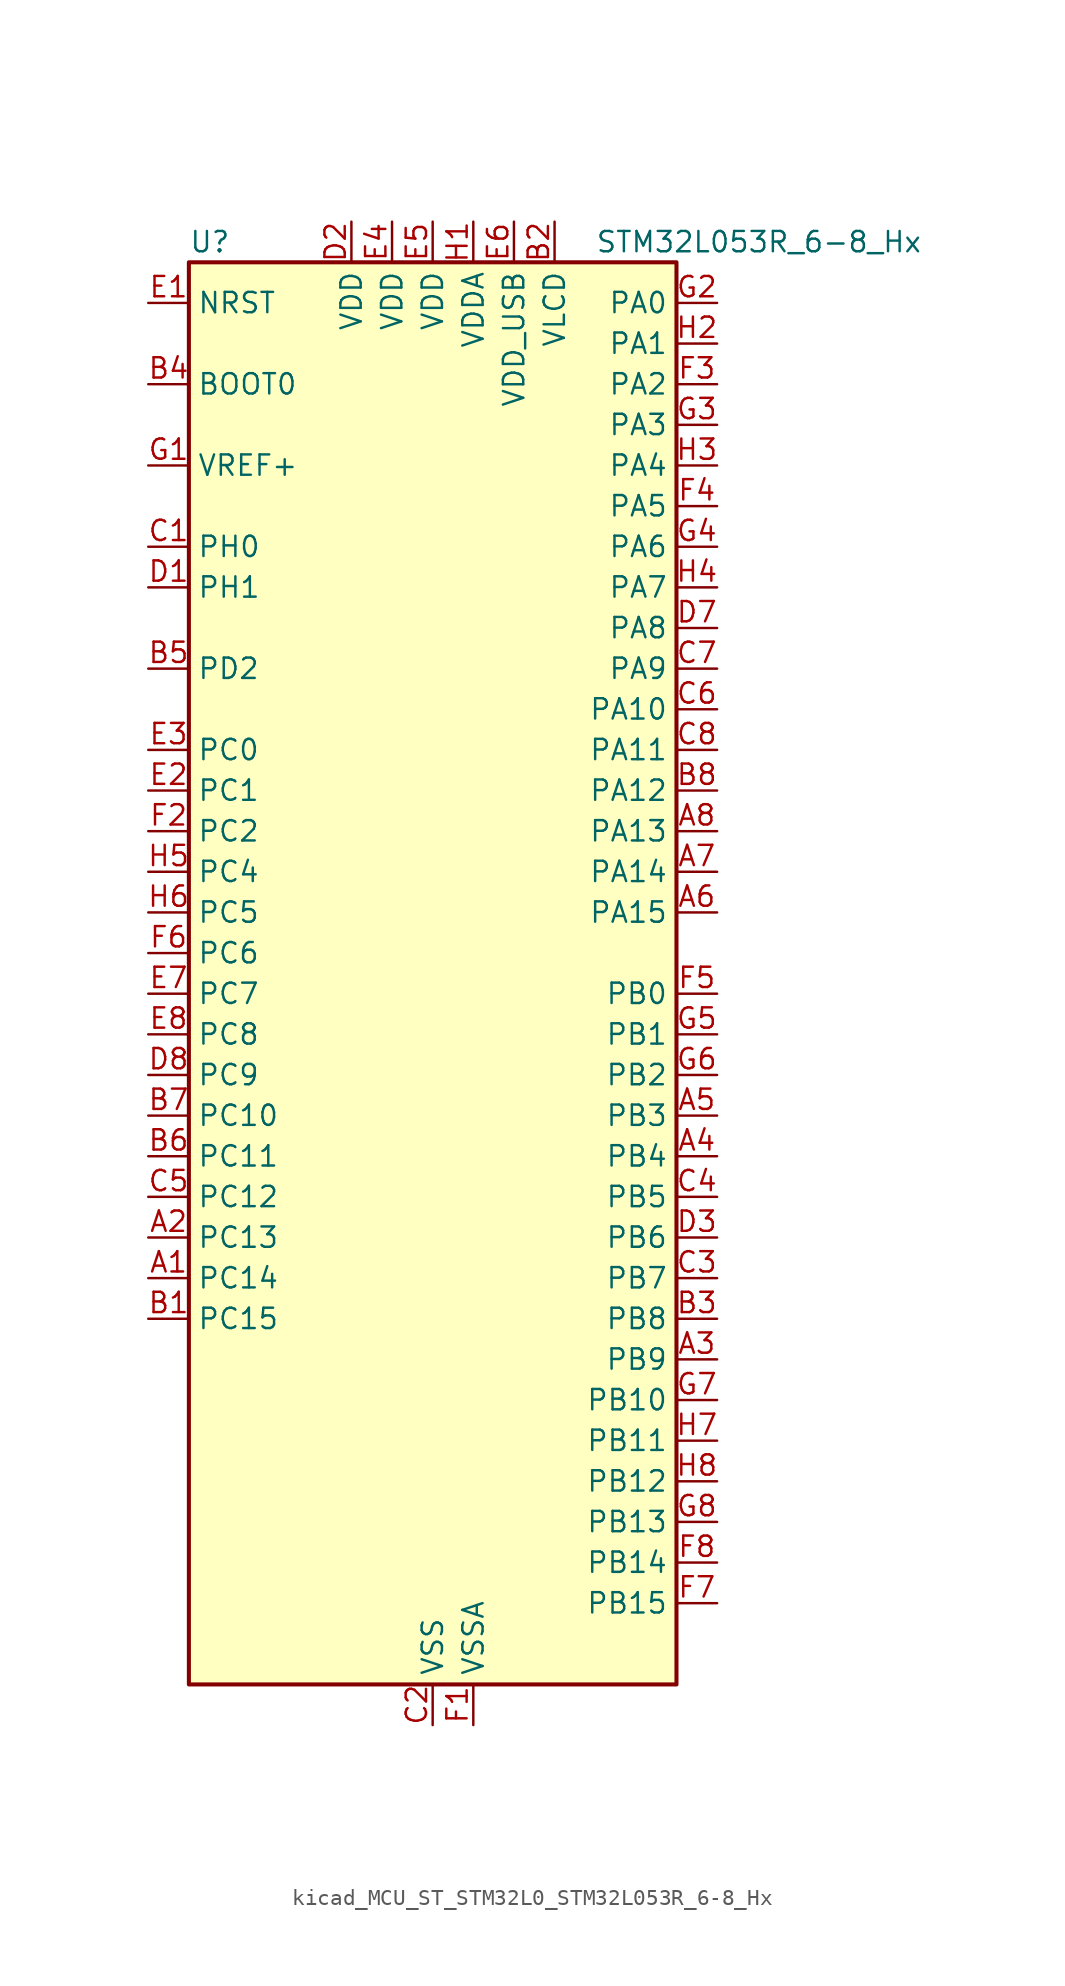
<source format=kicad_sym>
(kicad_symbol_lib
  (version 20220914)
  (generator kicad_symbol_editor)
  (symbol "kicad_MCU_ST_STM32L0_STM32L053R_6-8_Hx"
    (property "Reference" "U"
      (at -15.24 46.99 0)
      (effects (font (size 1.27 1.27)) (justify left)))
    (property "Value" "STM32L053R_6-8_Hx"
      (at 10.16 46.99 0)
      (effects (font (size 1.27 1.27)) (justify left)))
    (property "ki_locked" ""
      (at 0 0 0)
      (effects (font (size 1.27 1.27))))
    (symbol "kicad_MCU_ST_STM32L0_STM32L053R_6-8_Hx_0_1"
      (rectangle (start -15.24 -43.18) (end 15.24 45.72) (stroke (width 0.254) (type default)) (fill (type background))))
    (symbol "kicad_MCU_ST_STM32L0_STM32L053R_6-8_Hx_1_1"
      (pin bidirectional line (at -17.78 -17.78 0) (length 2.54) (name "PC14" (effects (font (size 1.27 1.27)))) (number "A1" (effects (font (size 1.27 1.27)))) (alternate "RCC_OSC32_IN" bidirectional line))
      (pin bidirectional line (at -17.78 -15.24 0) (length 2.54) (name "PC13" (effects (font (size 1.27 1.27)))) (number "A2" (effects (font (size 1.27 1.27)))) (alternate "RTC_OUT_ALARM" bidirectional line) (alternate "RTC_OUT_CALIB" bidirectional line) (alternate "RTC_TAMP1" bidirectional line) (alternate "RTC_TS" bidirectional line) (alternate "SYS_WKUP2" bidirectional line))
      (pin bidirectional line (at 17.78 -22.86 180) (length 2.54) (name "PB9" (effects (font (size 1.27 1.27)))) (number "A3" (effects (font (size 1.27 1.27)))) (alternate "DAC_EXTI9" bidirectional line) (alternate "I2C1_SDA" bidirectional line) (alternate "I2S2_WS" bidirectional line) (alternate "LCD_COM3" bidirectional line) (alternate "SPI2_NSS" bidirectional line))
      (pin bidirectional line (at 17.78 -10.16 180) (length 2.54) (name "PB4" (effects (font (size 1.27 1.27)))) (number "A4" (effects (font (size 1.27 1.27)))) (alternate "COMP2_INP" bidirectional line) (alternate "LCD_SEG8" bidirectional line) (alternate "SPI1_MISO" bidirectional line) (alternate "TIM22_CH1" bidirectional line) (alternate "TSC_G5_IO2" bidirectional line))
      (pin bidirectional line (at 17.78 -7.62 180) (length 2.54) (name "PB3" (effects (font (size 1.27 1.27)))) (number "A5" (effects (font (size 1.27 1.27)))) (alternate "COMP2_INM" bidirectional line) (alternate "LCD_SEG7" bidirectional line) (alternate "SPI1_SCK" bidirectional line) (alternate "TIM2_CH2" bidirectional line) (alternate "TSC_G5_IO1" bidirectional line))
      (pin bidirectional line (at 17.78 5.08 180) (length 2.54) (name "PA15" (effects (font (size 1.27 1.27)))) (number "A6" (effects (font (size 1.27 1.27)))) (alternate "LCD_SEG17" bidirectional line) (alternate "SPI1_NSS" bidirectional line) (alternate "TIM2_CH1" bidirectional line) (alternate "TIM2_ETR" bidirectional line) (alternate "USART2_RX" bidirectional line))
      (pin bidirectional line (at 17.78 7.62 180) (length 2.54) (name "PA14" (effects (font (size 1.27 1.27)))) (number "A7" (effects (font (size 1.27 1.27)))) (alternate "SYS_SWCLK" bidirectional line) (alternate "USART2_TX" bidirectional line))
      (pin bidirectional line (at 17.78 10.16 180) (length 2.54) (name "PA13" (effects (font (size 1.27 1.27)))) (number "A8" (effects (font (size 1.27 1.27)))) (alternate "SYS_SWDIO" bidirectional line) (alternate "USB_NOE" bidirectional line))
      (pin bidirectional line (at -17.78 -20.32 0) (length 2.54) (name "PC15" (effects (font (size 1.27 1.27)))) (number "B1" (effects (font (size 1.27 1.27)))) (alternate "RCC_OSC32_OUT" bidirectional line))
      (pin power_in line (at 7.62 48.26 270) (length 2.54) (name "VLCD" (effects (font (size 1.27 1.27)))) (number "B2" (effects (font (size 1.27 1.27)))))
      (pin bidirectional line (at 17.78 -20.32 180) (length 2.54) (name "PB8" (effects (font (size 1.27 1.27)))) (number "B3" (effects (font (size 1.27 1.27)))) (alternate "I2C1_SCL" bidirectional line) (alternate "LCD_SEG16" bidirectional line) (alternate "TSC_SYNC" bidirectional line))
      (pin input line (at -17.78 38.1 0) (length 2.54) (name "BOOT0" (effects (font (size 1.27 1.27)))) (number "B4" (effects (font (size 1.27 1.27)))))
      (pin bidirectional line (at -17.78 20.32 0) (length 2.54) (name "PD2" (effects (font (size 1.27 1.27)))) (number "B5" (effects (font (size 1.27 1.27)))) (alternate "LCD_COM7" bidirectional line) (alternate "LCD_SEG31" bidirectional line) (alternate "LPUART1_DE" bidirectional line) (alternate "LPUART1_RTS" bidirectional line))
      (pin bidirectional line (at -17.78 -10.16 0) (length 2.54) (name "PC11" (effects (font (size 1.27 1.27)))) (number "B6" (effects (font (size 1.27 1.27)))) (alternate "ADC_EXTI11" bidirectional line) (alternate "LCD_COM5" bidirectional line) (alternate "LCD_SEG29" bidirectional line) (alternate "LPUART1_RX" bidirectional line))
      (pin bidirectional line (at -17.78 -7.62 0) (length 2.54) (name "PC10" (effects (font (size 1.27 1.27)))) (number "B7" (effects (font (size 1.27 1.27)))) (alternate "LCD_COM4" bidirectional line) (alternate "LCD_SEG28" bidirectional line) (alternate "LPUART1_TX" bidirectional line))
      (pin bidirectional line (at 17.78 12.7 180) (length 2.54) (name "PA12" (effects (font (size 1.27 1.27)))) (number "B8" (effects (font (size 1.27 1.27)))) (alternate "COMP2_OUT" bidirectional line) (alternate "SPI1_MOSI" bidirectional line) (alternate "TSC_G4_IO4" bidirectional line) (alternate "USART1_DE" bidirectional line) (alternate "USART1_RTS" bidirectional line) (alternate "USB_DP" bidirectional line))
      (pin bidirectional line (at -17.78 27.94 0) (length 2.54) (name "PH0" (effects (font (size 1.27 1.27)))) (number "C1" (effects (font (size 1.27 1.27)))) (alternate "CRS_SYNC" bidirectional line) (alternate "RCC_OSC_IN" bidirectional line))
      (pin power_in line (at 0 -45.72 90) (length 2.54) (name "VSS" (effects (font (size 1.27 1.27)))) (number "C2" (effects (font (size 1.27 1.27)))))
      (pin bidirectional line (at 17.78 -17.78 180) (length 2.54) (name "PB7" (effects (font (size 1.27 1.27)))) (number "C3" (effects (font (size 1.27 1.27)))) (alternate "COMP2_INP" bidirectional line) (alternate "I2C1_SDA" bidirectional line) (alternate "LPTIM1_IN2" bidirectional line) (alternate "SYS_PVD_IN" bidirectional line) (alternate "TSC_G5_IO4" bidirectional line) (alternate "USART1_RX" bidirectional line))
      (pin bidirectional line (at 17.78 -12.7 180) (length 2.54) (name "PB5" (effects (font (size 1.27 1.27)))) (number "C4" (effects (font (size 1.27 1.27)))) (alternate "COMP2_INP" bidirectional line) (alternate "I2C1_SMBA" bidirectional line) (alternate "LCD_SEG9" bidirectional line) (alternate "LPTIM1_IN1" bidirectional line) (alternate "SPI1_MOSI" bidirectional line) (alternate "TIM22_CH2" bidirectional line))
      (pin bidirectional line (at -17.78 -12.7 0) (length 2.54) (name "PC12" (effects (font (size 1.27 1.27)))) (number "C5" (effects (font (size 1.27 1.27)))) (alternate "LCD_COM6" bidirectional line) (alternate "LCD_SEG30" bidirectional line))
      (pin bidirectional line (at 17.78 17.78 180) (length 2.54) (name "PA10" (effects (font (size 1.27 1.27)))) (number "C6" (effects (font (size 1.27 1.27)))) (alternate "LCD_COM2" bidirectional line) (alternate "TSC_G4_IO2" bidirectional line) (alternate "USART1_RX" bidirectional line))
      (pin bidirectional line (at 17.78 20.32 180) (length 2.54) (name "PA9" (effects (font (size 1.27 1.27)))) (number "C7" (effects (font (size 1.27 1.27)))) (alternate "DAC_EXTI9" bidirectional line) (alternate "LCD_COM1" bidirectional line) (alternate "RCC_MCO" bidirectional line) (alternate "TSC_G4_IO1" bidirectional line) (alternate "USART1_TX" bidirectional line))
      (pin bidirectional line (at 17.78 15.24 180) (length 2.54) (name "PA11" (effects (font (size 1.27 1.27)))) (number "C8" (effects (font (size 1.27 1.27)))) (alternate "ADC_EXTI11" bidirectional line) (alternate "COMP1_OUT" bidirectional line) (alternate "SPI1_MISO" bidirectional line) (alternate "TSC_G4_IO3" bidirectional line) (alternate "USART1_CTS" bidirectional line) (alternate "USB_DM" bidirectional line))
      (pin bidirectional line (at -17.78 25.4 0) (length 2.54) (name "PH1" (effects (font (size 1.27 1.27)))) (number "D1" (effects (font (size 1.27 1.27)))) (alternate "RCC_OSC_OUT" bidirectional line))
      (pin power_in line (at -5.08 48.26 270) (length 2.54) (name "VDD" (effects (font (size 1.27 1.27)))) (number "D2" (effects (font (size 1.27 1.27)))))
      (pin bidirectional line (at 17.78 -15.24 180) (length 2.54) (name "PB6" (effects (font (size 1.27 1.27)))) (number "D3" (effects (font (size 1.27 1.27)))) (alternate "COMP2_INP" bidirectional line) (alternate "I2C1_SCL" bidirectional line) (alternate "LPTIM1_ETR" bidirectional line) (alternate "TSC_G5_IO3" bidirectional line) (alternate "USART1_TX" bidirectional line))
      (pin passive line (at 0 -45.72 90) (length 2.54) hide (name "VSS" (effects (font (size 1.27 1.27)))) (number "D4" (effects (font (size 1.27 1.27)))))
      (pin passive line (at 0 -45.72 90) (length 2.54) hide (name "VSS" (effects (font (size 1.27 1.27)))) (number "D5" (effects (font (size 1.27 1.27)))))
      (pin passive line (at 0 -45.72 90) (length 2.54) hide (name "VSS" (effects (font (size 1.27 1.27)))) (number "D6" (effects (font (size 1.27 1.27)))))
      (pin bidirectional line (at 17.78 22.86 180) (length 2.54) (name "PA8" (effects (font (size 1.27 1.27)))) (number "D7" (effects (font (size 1.27 1.27)))) (alternate "CRS_SYNC" bidirectional line) (alternate "LCD_COM0" bidirectional line) (alternate "RCC_MCO" bidirectional line) (alternate "USART1_CK" bidirectional line))
      (pin bidirectional line (at -17.78 -5.08 0) (length 2.54) (name "PC9" (effects (font (size 1.27 1.27)))) (number "D8" (effects (font (size 1.27 1.27)))) (alternate "DAC_EXTI9" bidirectional line) (alternate "LCD_SEG27" bidirectional line) (alternate "TIM21_ETR" bidirectional line) (alternate "TSC_G8_IO4" bidirectional line) (alternate "USB_NOE" bidirectional line))
      (pin input line (at -17.78 43.18 0) (length 2.54) (name "NRST" (effects (font (size 1.27 1.27)))) (number "E1" (effects (font (size 1.27 1.27)))))
      (pin bidirectional line (at -17.78 12.7 0) (length 2.54) (name "PC1" (effects (font (size 1.27 1.27)))) (number "E2" (effects (font (size 1.27 1.27)))) (alternate "ADC_IN11" bidirectional line) (alternate "LCD_SEG19" bidirectional line) (alternate "LPTIM1_OUT" bidirectional line) (alternate "TSC_G7_IO2" bidirectional line))
      (pin bidirectional line (at -17.78 15.24 0) (length 2.54) (name "PC0" (effects (font (size 1.27 1.27)))) (number "E3" (effects (font (size 1.27 1.27)))) (alternate "ADC_IN10" bidirectional line) (alternate "LCD_SEG18" bidirectional line) (alternate "LPTIM1_IN1" bidirectional line) (alternate "TSC_G7_IO1" bidirectional line))
      (pin power_in line (at -2.54 48.26 270) (length 2.54) (name "VDD" (effects (font (size 1.27 1.27)))) (number "E4" (effects (font (size 1.27 1.27)))))
      (pin power_in line (at 0 48.26 270) (length 2.54) (name "VDD" (effects (font (size 1.27 1.27)))) (number "E5" (effects (font (size 1.27 1.27)))))
      (pin power_in line (at 5.08 48.26 270) (length 2.54) (name "VDD_USB" (effects (font (size 1.27 1.27)))) (number "E6" (effects (font (size 1.27 1.27)))))
      (pin bidirectional line (at -17.78 0 0) (length 2.54) (name "PC7" (effects (font (size 1.27 1.27)))) (number "E7" (effects (font (size 1.27 1.27)))) (alternate "LCD_SEG25" bidirectional line) (alternate "TIM22_CH2" bidirectional line) (alternate "TSC_G8_IO2" bidirectional line))
      (pin bidirectional line (at -17.78 -2.54 0) (length 2.54) (name "PC8" (effects (font (size 1.27 1.27)))) (number "E8" (effects (font (size 1.27 1.27)))) (alternate "LCD_SEG26" bidirectional line) (alternate "TIM22_ETR" bidirectional line) (alternate "TSC_G8_IO3" bidirectional line))
      (pin power_in line (at 2.54 -45.72 90) (length 2.54) (name "VSSA" (effects (font (size 1.27 1.27)))) (number "F1" (effects (font (size 1.27 1.27)))))
      (pin bidirectional line (at -17.78 10.16 0) (length 2.54) (name "PC2" (effects (font (size 1.27 1.27)))) (number "F2" (effects (font (size 1.27 1.27)))) (alternate "ADC_IN12" bidirectional line) (alternate "I2S2_MCK" bidirectional line) (alternate "LCD_SEG20" bidirectional line) (alternate "LPTIM1_IN2" bidirectional line) (alternate "SPI2_MISO" bidirectional line) (alternate "TSC_G7_IO3" bidirectional line))
      (pin bidirectional line (at 17.78 38.1 180) (length 2.54) (name "PA2" (effects (font (size 1.27 1.27)))) (number "F3" (effects (font (size 1.27 1.27)))) (alternate "ADC_IN2" bidirectional line) (alternate "COMP2_INM" bidirectional line) (alternate "COMP2_OUT" bidirectional line) (alternate "LCD_SEG1" bidirectional line) (alternate "TIM21_CH1" bidirectional line) (alternate "TIM2_CH3" bidirectional line) (alternate "TSC_G1_IO3" bidirectional line) (alternate "USART2_TX" bidirectional line))
      (pin bidirectional line (at 17.78 30.48 180) (length 2.54) (name "PA5" (effects (font (size 1.27 1.27)))) (number "F4" (effects (font (size 1.27 1.27)))) (alternate "ADC_IN5" bidirectional line) (alternate "COMP1_INM" bidirectional line) (alternate "COMP2_INM" bidirectional line) (alternate "SPI1_SCK" bidirectional line) (alternate "TIM2_CH1" bidirectional line) (alternate "TIM2_ETR" bidirectional line) (alternate "TSC_G2_IO2" bidirectional line))
      (pin bidirectional line (at 17.78 0 180) (length 2.54) (name "PB0" (effects (font (size 1.27 1.27)))) (number "F5" (effects (font (size 1.27 1.27)))) (alternate "ADC_IN8" bidirectional line) (alternate "LCD_SEG5" bidirectional line) (alternate "LCD_VLCD3" bidirectional line) (alternate "SYS_VREF_OUT_PB0" bidirectional line) (alternate "TSC_G3_IO2" bidirectional line))
      (pin bidirectional line (at -17.78 2.54 0) (length 2.54) (name "PC6" (effects (font (size 1.27 1.27)))) (number "F6" (effects (font (size 1.27 1.27)))) (alternate "LCD_SEG24" bidirectional line) (alternate "TIM22_CH1" bidirectional line) (alternate "TSC_G8_IO1" bidirectional line))
      (pin bidirectional line (at 17.78 -38.1 180) (length 2.54) (name "PB15" (effects (font (size 1.27 1.27)))) (number "F7" (effects (font (size 1.27 1.27)))) (alternate "I2S2_SD" bidirectional line) (alternate "LCD_SEG15" bidirectional line) (alternate "RTC_REFIN" bidirectional line) (alternate "SPI2_MOSI" bidirectional line))
      (pin bidirectional line (at 17.78 -35.56 180) (length 2.54) (name "PB14" (effects (font (size 1.27 1.27)))) (number "F8" (effects (font (size 1.27 1.27)))) (alternate "I2C2_SDA" bidirectional line) (alternate "I2S2_MCK" bidirectional line) (alternate "LCD_SEG14" bidirectional line) (alternate "LPUART1_DE" bidirectional line) (alternate "LPUART1_RTS" bidirectional line) (alternate "RTC_OUT_ALARM" bidirectional line) (alternate "RTC_OUT_CALIB" bidirectional line) (alternate "SPI2_MISO" bidirectional line) (alternate "TIM21_CH2" bidirectional line) (alternate "TSC_G6_IO4" bidirectional line))
      (pin input line (at -17.78 33.02 0) (length 2.54) (name "VREF+" (effects (font (size 1.27 1.27)))) (number "G1" (effects (font (size 1.27 1.27)))))
      (pin bidirectional line (at 17.78 43.18 180) (length 2.54) (name "PA0" (effects (font (size 1.27 1.27)))) (number "G2" (effects (font (size 1.27 1.27)))) (alternate "ADC_IN0" bidirectional line) (alternate "COMP1_INM" bidirectional line) (alternate "COMP1_OUT" bidirectional line) (alternate "RTC_TAMP2" bidirectional line) (alternate "SYS_WKUP1" bidirectional line) (alternate "TIM2_CH1" bidirectional line) (alternate "TIM2_ETR" bidirectional line) (alternate "TSC_G1_IO1" bidirectional line) (alternate "USART2_CTS" bidirectional line))
      (pin bidirectional line (at 17.78 35.56 180) (length 2.54) (name "PA3" (effects (font (size 1.27 1.27)))) (number "G3" (effects (font (size 1.27 1.27)))) (alternate "ADC_IN3" bidirectional line) (alternate "COMP2_INP" bidirectional line) (alternate "LCD_SEG2" bidirectional line) (alternate "TIM21_CH2" bidirectional line) (alternate "TIM2_CH4" bidirectional line) (alternate "TSC_G1_IO4" bidirectional line) (alternate "USART2_RX" bidirectional line))
      (pin bidirectional line (at 17.78 27.94 180) (length 2.54) (name "PA6" (effects (font (size 1.27 1.27)))) (number "G4" (effects (font (size 1.27 1.27)))) (alternate "ADC_IN6" bidirectional line) (alternate "COMP1_OUT" bidirectional line) (alternate "LCD_SEG3" bidirectional line) (alternate "LPUART1_CTS" bidirectional line) (alternate "SPI1_MISO" bidirectional line) (alternate "TIM22_CH1" bidirectional line) (alternate "TSC_G2_IO3" bidirectional line))
      (pin bidirectional line (at 17.78 -2.54 180) (length 2.54) (name "PB1" (effects (font (size 1.27 1.27)))) (number "G5" (effects (font (size 1.27 1.27)))) (alternate "ADC_IN9" bidirectional line) (alternate "LCD_SEG6" bidirectional line) (alternate "LPUART1_DE" bidirectional line) (alternate "LPUART1_RTS" bidirectional line) (alternate "SYS_VREF_OUT_PB1" bidirectional line) (alternate "TSC_G3_IO3" bidirectional line))
      (pin bidirectional line (at 17.78 -5.08 180) (length 2.54) (name "PB2" (effects (font (size 1.27 1.27)))) (number "G6" (effects (font (size 1.27 1.27)))) (alternate "LCD_VLCD1" bidirectional line) (alternate "LPTIM1_OUT" bidirectional line) (alternate "TSC_G3_IO4" bidirectional line))
      (pin bidirectional line (at 17.78 -25.4 180) (length 2.54) (name "PB10" (effects (font (size 1.27 1.27)))) (number "G7" (effects (font (size 1.27 1.27)))) (alternate "I2C2_SCL" bidirectional line) (alternate "LCD_SEG10" bidirectional line) (alternate "LPUART1_TX" bidirectional line) (alternate "SPI2_SCK" bidirectional line) (alternate "TIM2_CH3" bidirectional line) (alternate "TSC_SYNC" bidirectional line))
      (pin bidirectional line (at 17.78 -33.02 180) (length 2.54) (name "PB13" (effects (font (size 1.27 1.27)))) (number "G8" (effects (font (size 1.27 1.27)))) (alternate "I2C2_SCL" bidirectional line) (alternate "I2S2_CK" bidirectional line) (alternate "LCD_SEG13" bidirectional line) (alternate "LPUART1_CTS" bidirectional line) (alternate "SPI2_SCK" bidirectional line) (alternate "TIM21_CH1" bidirectional line) (alternate "TSC_G6_IO3" bidirectional line))
      (pin power_in line (at 2.54 48.26 270) (length 2.54) (name "VDDA" (effects (font (size 1.27 1.27)))) (number "H1" (effects (font (size 1.27 1.27)))))
      (pin bidirectional line (at 17.78 40.64 180) (length 2.54) (name "PA1" (effects (font (size 1.27 1.27)))) (number "H2" (effects (font (size 1.27 1.27)))) (alternate "ADC_IN1" bidirectional line) (alternate "COMP1_INP" bidirectional line) (alternate "LCD_SEG0" bidirectional line) (alternate "TIM21_ETR" bidirectional line) (alternate "TIM2_CH2" bidirectional line) (alternate "TSC_G1_IO2" bidirectional line) (alternate "USART2_DE" bidirectional line) (alternate "USART2_RTS" bidirectional line))
      (pin bidirectional line (at 17.78 33.02 180) (length 2.54) (name "PA4" (effects (font (size 1.27 1.27)))) (number "H3" (effects (font (size 1.27 1.27)))) (alternate "ADC_IN4" bidirectional line) (alternate "COMP1_INM" bidirectional line) (alternate "COMP2_INM" bidirectional line) (alternate "DAC_OUT1" bidirectional line) (alternate "SPI1_NSS" bidirectional line) (alternate "TIM22_ETR" bidirectional line) (alternate "TSC_G2_IO1" bidirectional line) (alternate "USART2_CK" bidirectional line))
      (pin bidirectional line (at 17.78 25.4 180) (length 2.54) (name "PA7" (effects (font (size 1.27 1.27)))) (number "H4" (effects (font (size 1.27 1.27)))) (alternate "ADC_IN7" bidirectional line) (alternate "COMP2_OUT" bidirectional line) (alternate "LCD_SEG4" bidirectional line) (alternate "SPI1_MOSI" bidirectional line) (alternate "TIM22_CH2" bidirectional line) (alternate "TSC_G2_IO4" bidirectional line))
      (pin bidirectional line (at -17.78 7.62 0) (length 2.54) (name "PC4" (effects (font (size 1.27 1.27)))) (number "H5" (effects (font (size 1.27 1.27)))) (alternate "ADC_IN14" bidirectional line) (alternate "LCD_SEG22" bidirectional line) (alternate "LPUART1_TX" bidirectional line))
      (pin bidirectional line (at -17.78 5.08 0) (length 2.54) (name "PC5" (effects (font (size 1.27 1.27)))) (number "H6" (effects (font (size 1.27 1.27)))) (alternate "ADC_IN15" bidirectional line) (alternate "LCD_SEG23" bidirectional line) (alternate "LPUART1_RX" bidirectional line) (alternate "TSC_G3_IO1" bidirectional line))
      (pin bidirectional line (at 17.78 -27.94 180) (length 2.54) (name "PB11" (effects (font (size 1.27 1.27)))) (number "H7" (effects (font (size 1.27 1.27)))) (alternate "ADC_EXTI11" bidirectional line) (alternate "I2C2_SDA" bidirectional line) (alternate "LCD_SEG11" bidirectional line) (alternate "LPUART1_RX" bidirectional line) (alternate "TIM2_CH4" bidirectional line) (alternate "TSC_G6_IO1" bidirectional line))
      (pin bidirectional line (at 17.78 -30.48 180) (length 2.54) (name "PB12" (effects (font (size 1.27 1.27)))) (number "H8" (effects (font (size 1.27 1.27)))) (alternate "I2S2_WS" bidirectional line) (alternate "LCD_SEG12" bidirectional line) (alternate "LCD_VLCD2" bidirectional line) (alternate "LPUART1_DE" bidirectional line) (alternate "LPUART1_RTS" bidirectional line) (alternate "SPI2_NSS" bidirectional line) (alternate "TSC_G6_IO2" bidirectional line)))))
</source>
